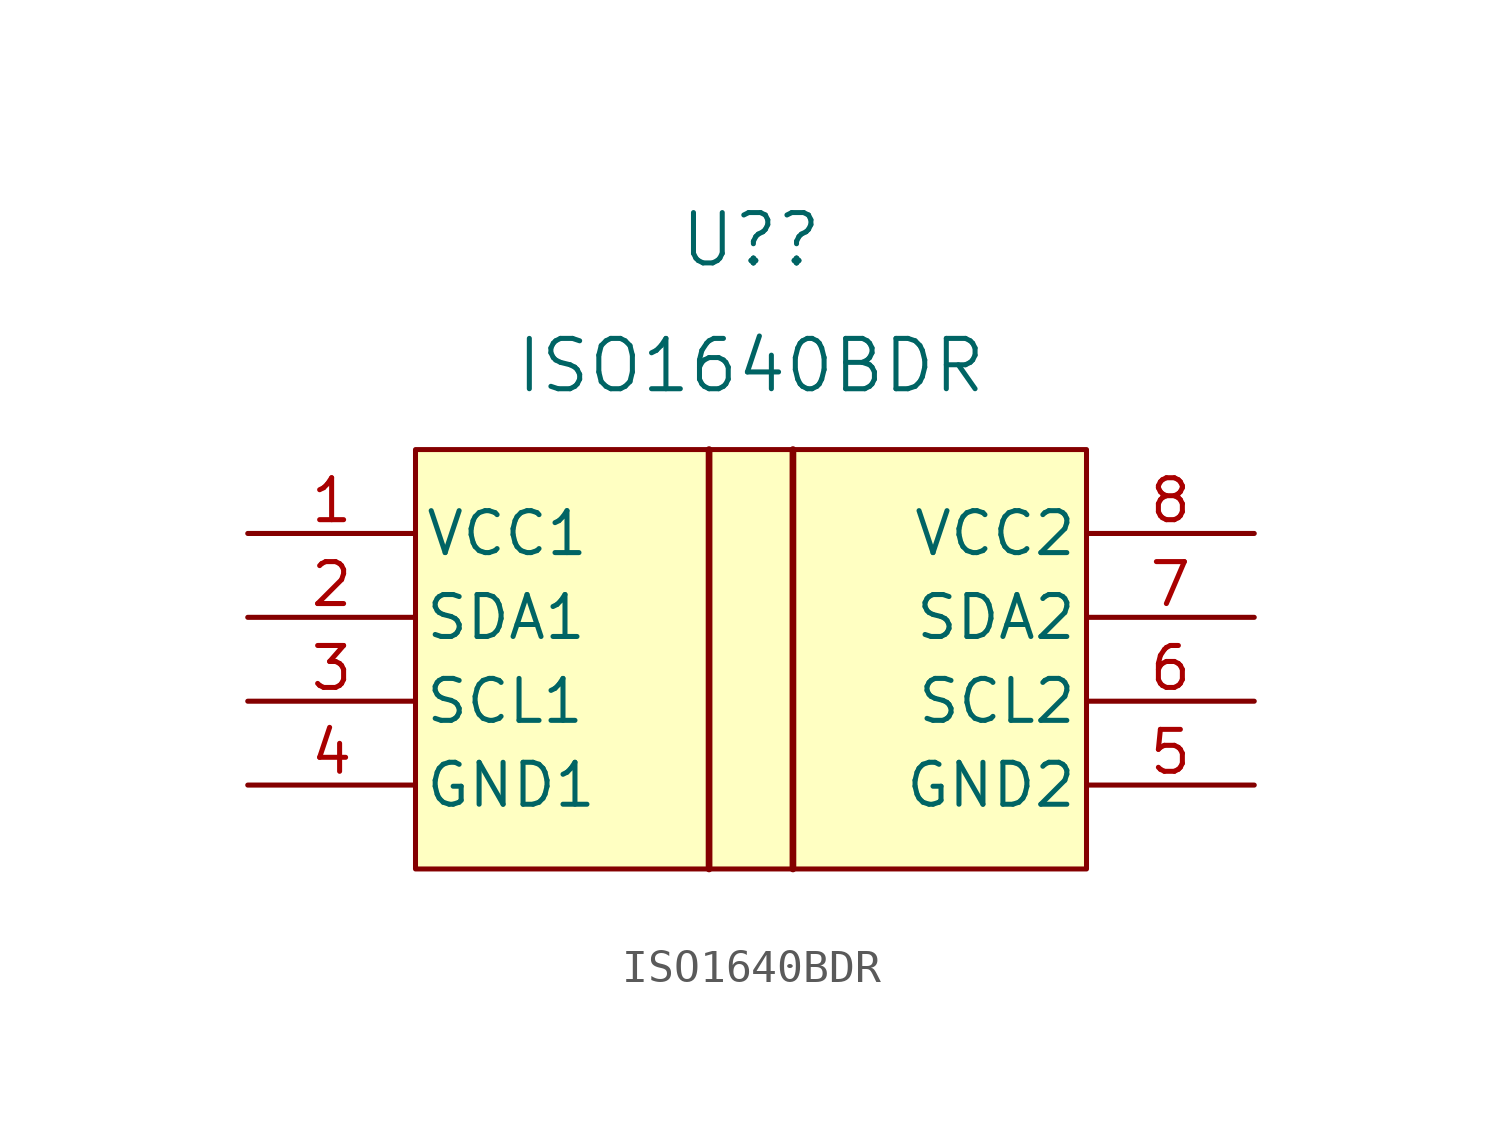
<source format=kicad_sym>
(kicad_symbol_lib
  (version 20211014)
  (generator kicad_symbol_editor)
  (symbol "ISO1640BDR"
    (pin_names
      (offset 0.254))
    (property "Reference" "U?"
      (at 10.16 6.35 0)
      (effects (font (size 1.524 1.524))))
    (property "Value" "ISO1640BDR"
      (at 10.16 2.54 0)
      (effects (font (size 1.524 1.524))))
    (property "ki_locked" ""
      (at 0 0 0)
      (effects (font (size 1.27 1.27))))
    (symbol "ISO1640BDR_0_1"
      (polyline (pts (xy 8.89 0) (xy 8.89 -12.7)) (stroke (width 0.203) (type default) (color 0 0 0 0)) (fill (type none)))
      (polyline (pts (xy 11.43 0) (xy 11.43 -12.7)) (stroke (width 0.203) (type default) (color 0 0 0 0)) (fill (type none)))
      (pin power_in line (at -5.08 -2.54 0) (length 5.08) (name "VCC1" (effects (font (size 1.27 1.27)))) (number "1" (effects (font (size 1.27 1.27)))))
      (pin bidirectional line (at -5.08 -5.08 0) (length 5.08) (name "SDA1" (effects (font (size 1.27 1.27)))) (number "2" (effects (font (size 1.27 1.27)))))
      (pin bidirectional line (at -5.08 -7.62 0) (length 5.08) (name "SCL1" (effects (font (size 1.27 1.27)))) (number "3" (effects (font (size 1.27 1.27)))))
      (pin power_in line (at -5.08 -10.16 0) (length 5.08) (name "GND1" (effects (font (size 1.27 1.27)))) (number "4" (effects (font (size 1.27 1.27)))))
      (pin power_in line (at 25.4 -10.16 180) (length 5.08) (name "GND2" (effects (font (size 1.27 1.27)))) (number "5" (effects (font (size 1.27 1.27)))))
      (pin bidirectional line (at 25.4 -7.62 180) (length 5.08) (name "SCL2" (effects (font (size 1.27 1.27)))) (number "6" (effects (font (size 1.27 1.27)))))
      (pin bidirectional line (at 25.4 -5.08 180) (length 5.08) (name "SDA2" (effects (font (size 1.27 1.27)))) (number "7" (effects (font (size 1.27 1.27)))))
      (pin power_in line (at 25.4 -2.54 180) (length 5.08) (name "VCC2" (effects (font (size 1.27 1.27)))) (number "8" (effects (font (size 1.27 1.27))))))
    (symbol "ISO1640BDR_1_1"
      (rectangle (start 0 0) (end 20.32 -12.7) (stroke (width 0) (type default) (color 0 0 0 0)) (fill (type background))))))
</source>
